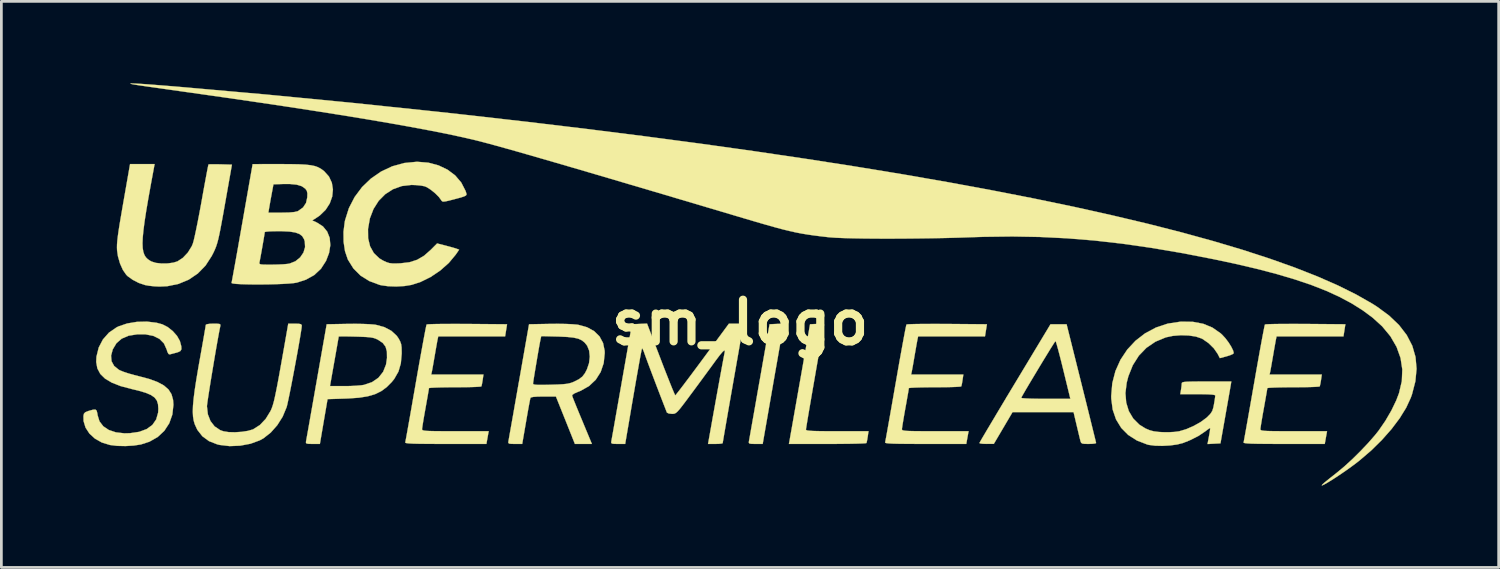
<source format=kicad_pcb>
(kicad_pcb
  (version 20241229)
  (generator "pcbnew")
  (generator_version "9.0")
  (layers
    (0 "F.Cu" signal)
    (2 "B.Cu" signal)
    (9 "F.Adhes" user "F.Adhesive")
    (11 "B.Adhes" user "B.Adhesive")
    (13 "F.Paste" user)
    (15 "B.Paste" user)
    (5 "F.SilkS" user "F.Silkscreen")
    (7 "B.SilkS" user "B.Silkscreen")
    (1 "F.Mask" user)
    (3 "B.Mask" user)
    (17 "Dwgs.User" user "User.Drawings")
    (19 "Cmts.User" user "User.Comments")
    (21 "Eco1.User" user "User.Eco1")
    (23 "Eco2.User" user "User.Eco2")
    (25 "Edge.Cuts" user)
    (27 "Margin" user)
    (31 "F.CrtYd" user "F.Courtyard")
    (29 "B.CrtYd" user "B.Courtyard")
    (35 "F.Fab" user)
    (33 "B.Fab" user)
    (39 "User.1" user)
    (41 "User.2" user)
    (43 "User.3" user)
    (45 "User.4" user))
  (footprint "sm_logo"
    (layer "F.Cu")
    (at 24.042 8.757)
    (property "Reference" "sm_logo" (at 0 0 0) (layer "F.SilkS") (effects (font (size 1.524 1.524) (thickness 0.3))))
    (attr through_hole)
    (fp_poly (pts (xy 1.571 0.053) (xy 1.598 0.076) (xy 1.594 0.114) (xy 1.582 0.17) (xy 1.558 0.301) (xy 1.522 0.498) (xy 1.476 0.755) (xy 1.421 1.062) (xy 1.36 1.412) (xy 1.292 1.796) (xy 1.22 2.206) (xy 1.201 2.318) (xy 0.83 4.445) (xy 0.569 4.445) (xy 0.426 4.443) (xy 0.35 4.432) (xy 0.323 4.405) (xy 0.325 4.355) (xy 0.326 4.35) (xy 0.337 4.29) (xy 0.361 4.156) (xy 0.396 3.955) (xy 0.442 3.695) (xy 0.497 3.386) (xy 0.559 3.035) (xy 0.626 2.65) (xy 0.698 2.241) (xy 0.713 2.159) (xy 1.081 0.064) (xy 1.349 0.051) (xy 1.493 0.046) (xy 1.571 0.053)) (stroke (width 0.01) (type solid)) (fill yes) (layer "F.SilkS"))
    (fp_poly (pts (xy 3.049 0.052) (xy 3.077 0.075) (xy 3.073 0.122) (xy 3.07 0.136) (xy 3.056 0.208) (xy 3.029 0.351) (xy 2.993 0.553) (xy 2.948 0.805) (xy 2.896 1.097) (xy 2.84 1.417) (xy 2.781 1.755) (xy 2.721 2.101) (xy 2.661 2.445) (xy 2.604 2.777) (xy 2.551 3.085) (xy 2.504 3.36) (xy 2.465 3.592) (xy 2.436 3.769) (xy 2.418 3.882) (xy 2.413 3.919) (xy 2.424 3.937) (xy 2.464 3.952) (xy 2.541 3.962) (xy 2.664 3.97) (xy 2.842 3.975) (xy 3.083 3.978) (xy 3.397 3.979) (xy 3.559 3.979) (xy 4.704 3.979) (xy 4.675 4.18) (xy 4.654 4.305) (xy 4.635 4.393) (xy 4.628 4.413) (xy 4.582 4.421) (xy 4.463 4.428) (xy 4.278 4.434) (xy 4.039 4.439) (xy 3.755 4.442) (xy 3.436 4.445) (xy 3.2 4.445) (xy 1.79 4.445) (xy 1.808 4.35) (xy 1.819 4.29) (xy 1.842 4.156) (xy 1.878 3.955) (xy 1.924 3.695) (xy 1.978 3.386) (xy 2.04 3.035) (xy 2.108 2.65) (xy 2.18 2.241) (xy 2.195 2.159) (xy 2.563 0.064) (xy 2.828 0.051) (xy 2.972 0.046) (xy 3.049 0.052)) (stroke (width 0.01) (type solid)) (fill yes) (layer "F.SilkS"))
    (fp_poly (pts (xy 12.495 2.223) (xy 12.598 2.636) (xy 12.695 3.025) (xy 12.783 3.381) (xy 12.861 3.697) (xy 12.927 3.965) (xy 12.98 4.178) (xy 13.016 4.326) (xy 13.034 4.404) (xy 13.036 4.413) (xy 12.999 4.429) (xy 12.899 4.441) (xy 12.764 4.445) (xy 12.616 4.443) (xy 12.531 4.431) (xy 12.488 4.402) (xy 12.465 4.346) (xy 12.461 4.329) (xy 12.439 4.24) (xy 12.403 4.092) (xy 12.359 3.906) (xy 12.321 3.747) (xy 12.211 3.281) (xy 9.977 3.281) (xy 9.292 4.443) (xy 9.028 4.444) (xy 8.891 4.44) (xy 8.796 4.428) (xy 8.764 4.413) (xy 8.786 4.372) (xy 8.847 4.265) (xy 8.945 4.098) (xy 9.075 3.878) (xy 9.234 3.612) (xy 9.417 3.304) (xy 9.621 2.963) (xy 9.744 2.758) (xy 10.294 2.758) (xy 10.33 2.769) (xy 10.439 2.778) (xy 10.608 2.786) (xy 10.826 2.791) (xy 11.081 2.794) (xy 11.187 2.794) (xy 12.094 2.794) (xy 11.836 1.736) (xy 11.766 1.451) (xy 11.7 1.194) (xy 11.643 0.978) (xy 11.597 0.813) (xy 11.565 0.709) (xy 11.551 0.678) (xy 11.525 0.712) (xy 11.462 0.809) (xy 11.37 0.955) (xy 11.255 1.142) (xy 11.124 1.356) (xy 10.983 1.588) (xy 10.84 1.827) (xy 10.7 2.06) (xy 10.57 2.277) (xy 10.458 2.467) (xy 10.37 2.619) (xy 10.313 2.721) (xy 10.294 2.758) (xy 9.744 2.758) (xy 9.842 2.594) (xy 10.066 2.223) (xy 11.367 0.064) (xy 11.956 0.064) (xy 12.495 2.223)) (stroke (width 0.01) (type solid)) (fill yes) (layer "F.SilkS"))
    (fp_poly (pts (xy -13.804 0.052) (xy -13.568 0.062) (xy -13.389 0.076) (xy -13.332 0.084) (xy -13.021 0.169) (xy -12.762 0.306) (xy -12.566 0.488) (xy -12.501 0.582) (xy -12.441 0.693) (xy -12.406 0.793) (xy -12.39 0.913) (xy -12.386 1.079) (xy -12.386 1.143) (xy -12.417 1.495) (xy -12.505 1.797) (xy -12.658 2.064) (xy -12.751 2.18) (xy -12.938 2.368) (xy -13.139 2.515) (xy -13.365 2.625) (xy -13.631 2.702) (xy -13.951 2.753) (xy -14.336 2.78) (xy -14.44 2.784) (xy -15.1 2.805) (xy -15.241 3.625) (xy -15.381 4.445) (xy -15.643 4.445) (xy -15.787 4.443) (xy -15.863 4.432) (xy -15.891 4.406) (xy -15.889 4.356) (xy -15.888 4.35) (xy -15.877 4.29) (xy -15.853 4.156) (xy -15.817 3.955) (xy -15.771 3.695) (xy -15.717 3.386) (xy -15.655 3.035) (xy -15.587 2.65) (xy -15.531 2.328) (xy -15.012 2.328) (xy -14.493 2.328) (xy -14.269 2.325) (xy -14.053 2.314) (xy -13.873 2.299) (xy -13.765 2.283) (xy -13.472 2.183) (xy -13.238 2.023) (xy -13.066 1.806) (xy -12.959 1.537) (xy -12.924 1.297) (xy -12.928 1.061) (xy -12.977 0.884) (xy -13.081 0.747) (xy -13.249 0.634) (xy -13.259 0.628) (xy -13.342 0.59) (xy -13.43 0.562) (xy -13.543 0.543) (xy -13.695 0.53) (xy -13.905 0.521) (xy -14.065 0.516) (xy -14.284 0.511) (xy -14.47 0.508) (xy -14.608 0.509) (xy -14.683 0.512) (xy -14.692 0.514) (xy -14.699 0.558) (xy -14.72 0.674) (xy -14.75 0.848) (xy -14.789 1.068) (xy -14.834 1.323) (xy -14.853 1.429) (xy -15.012 2.328) (xy -15.531 2.328) (xy -15.515 2.241) (xy -15.501 2.159) (xy -15.132 0.064) (xy -14.371 0.05) (xy -14.078 0.048) (xy -13.804 0.052)) (stroke (width 0.01) (type solid)) (fill yes) (layer "F.SilkS"))
    (fp_poly (pts (xy -21.465 -5.62) (xy -21.574 -5.03) (xy -21.666 -4.517) (xy -21.741 -4.076) (xy -21.799 -3.699) (xy -21.84 -3.381) (xy -21.866 -3.117) (xy -21.875 -2.9) (xy -21.868 -2.725) (xy -21.844 -2.585) (xy -21.805 -2.474) (xy -21.751 -2.387) (xy -21.681 -2.318) (xy -21.595 -2.26) (xy -21.545 -2.233) (xy -21.386 -2.183) (xy -21.179 -2.16) (xy -20.954 -2.163) (xy -20.744 -2.192) (xy -20.595 -2.238) (xy -20.396 -2.369) (xy -20.215 -2.561) (xy -20.073 -2.791) (xy -20.034 -2.884) (xy -20.005 -2.982) (xy -19.965 -3.151) (xy -19.916 -3.379) (xy -19.86 -3.654) (xy -19.8 -3.963) (xy -19.738 -4.294) (xy -19.712 -4.44) (xy -19.654 -4.765) (xy -19.6 -5.061) (xy -19.552 -5.32) (xy -19.512 -5.532) (xy -19.482 -5.685) (xy -19.463 -5.771) (xy -19.459 -5.786) (xy -19.412 -5.792) (xy -19.3 -5.794) (xy -19.141 -5.793) (xy -19.022 -5.791) (xy -18.601 -5.779) (xy -18.842 -4.418) (xy -18.913 -4.016) (xy -18.973 -3.687) (xy -19.023 -3.42) (xy -19.066 -3.207) (xy -19.105 -3.036) (xy -19.143 -2.897) (xy -19.181 -2.781) (xy -19.223 -2.676) (xy -19.27 -2.573) (xy -19.327 -2.462) (xy -19.341 -2.434) (xy -19.568 -2.084) (xy -19.851 -1.794) (xy -20.183 -1.569) (xy -20.558 -1.413) (xy -20.968 -1.329) (xy -21.25 -1.316) (xy -21.444 -1.325) (xy -21.64 -1.346) (xy -21.785 -1.372) (xy -22.012 -1.449) (xy -22.233 -1.563) (xy -22.416 -1.694) (xy -22.466 -1.742) (xy -22.592 -1.922) (xy -22.698 -2.159) (xy -22.774 -2.424) (xy -22.806 -2.641) (xy -22.81 -2.74) (xy -22.808 -2.852) (xy -22.798 -2.986) (xy -22.779 -3.153) (xy -22.75 -3.362) (xy -22.709 -3.623) (xy -22.654 -3.946) (xy -22.586 -4.342) (xy -22.58 -4.376) (xy -22.331 -5.8) (xy -21.881 -5.8) (xy -21.432 -5.8) (xy -21.465 -5.62)) (stroke (width 0.01) (type solid)) (fill yes) (layer "F.SilkS"))
    (fp_poly (pts (xy -11.408 -5.851) (xy -11.037 -5.752) (xy -10.708 -5.595) (xy -10.428 -5.385) (xy -10.206 -5.125) (xy -10.05 -4.822) (xy -10.016 -4.72) (xy -10.013 -4.681) (xy -10.037 -4.648) (xy -10.102 -4.616) (xy -10.221 -4.577) (xy -10.408 -4.527) (xy -10.444 -4.517) (xy -10.642 -4.466) (xy -10.773 -4.436) (xy -10.854 -4.426) (xy -10.9 -4.434) (xy -10.927 -4.459) (xy -10.936 -4.475) (xy -11.025 -4.596) (xy -11.16 -4.731) (xy -11.314 -4.856) (xy -11.461 -4.951) (xy -11.541 -4.986) (xy -11.674 -5.012) (xy -11.852 -5.03) (xy -12.028 -5.037) (xy -12.381 -4.996) (xy -12.703 -4.881) (xy -12.988 -4.698) (xy -13.229 -4.455) (xy -13.418 -4.157) (xy -13.551 -3.811) (xy -13.619 -3.424) (xy -13.619 -3.422) (xy -13.615 -3.083) (xy -13.543 -2.789) (xy -13.406 -2.543) (xy -13.206 -2.35) (xy -13.06 -2.263) (xy -12.94 -2.208) (xy -12.838 -2.176) (xy -12.725 -2.162) (xy -12.573 -2.162) (xy -12.435 -2.167) (xy -12.103 -2.206) (xy -11.821 -2.296) (xy -11.566 -2.446) (xy -11.321 -2.662) (xy -11.09 -2.895) (xy -10.784 -2.817) (xy -10.619 -2.773) (xy -10.476 -2.733) (xy -10.383 -2.704) (xy -10.38 -2.703) (xy -10.283 -2.667) (xy -10.41 -2.482) (xy -10.661 -2.181) (xy -10.974 -1.904) (xy -11.327 -1.666) (xy -11.699 -1.483) (xy -12.023 -1.378) (xy -12.289 -1.335) (xy -12.586 -1.318) (xy -12.881 -1.328) (xy -13.138 -1.364) (xy -13.197 -1.378) (xy -13.573 -1.518) (xy -13.893 -1.718) (xy -14.153 -1.978) (xy -14.351 -2.295) (xy -14.361 -2.315) (xy -14.461 -2.61) (xy -14.513 -2.953) (xy -14.517 -3.321) (xy -14.47 -3.692) (xy -14.459 -3.743) (xy -14.319 -4.187) (xy -14.109 -4.594) (xy -13.837 -4.958) (xy -13.512 -5.27) (xy -13.141 -5.526) (xy -12.733 -5.718) (xy -12.295 -5.839) (xy -11.837 -5.884) (xy -11.813 -5.884) (xy -11.408 -5.851)) (stroke (width 0.01) (type solid)) (fill yes) (layer "F.SilkS"))
    (fp_poly (pts (xy -10.266 0.051) (xy -9.988 0.052) (xy -8.529 0.064) (xy -8.6 0.508) (xy -11.047 0.508) (xy -11.068 0.603) (xy -11.084 0.681) (xy -11.109 0.822) (xy -11.142 1.007) (xy -11.176 1.206) (xy -11.212 1.413) (xy -11.244 1.596) (xy -11.269 1.735) (xy -11.284 1.81) (xy -11.305 1.905) (xy -9.393 1.905) (xy -9.422 2.106) (xy -9.443 2.231) (xy -9.462 2.319) (xy -9.469 2.339) (xy -9.515 2.348) (xy -9.633 2.356) (xy -9.812 2.363) (xy -10.038 2.368) (xy -10.299 2.37) (xy -10.438 2.371) (xy -10.711 2.372) (xy -10.954 2.376) (xy -11.154 2.382) (xy -11.299 2.389) (xy -11.377 2.398) (xy -11.388 2.402) (xy -11.395 2.453) (xy -11.415 2.572) (xy -11.445 2.745) (xy -11.483 2.959) (xy -11.514 3.133) (xy -11.556 3.37) (xy -11.593 3.582) (xy -11.62 3.753) (xy -11.637 3.867) (xy -11.641 3.905) (xy -11.636 3.927) (xy -11.615 3.944) (xy -11.57 3.956) (xy -11.49 3.966) (xy -11.367 3.972) (xy -11.192 3.976) (xy -10.956 3.978) (xy -10.65 3.979) (xy -10.421 3.979) (xy -9.201 3.979) (xy -9.243 4.212) (xy -9.285 4.445) (xy -10.78 4.445) (xy -11.19 4.444) (xy -11.522 4.442) (xy -11.783 4.439) (xy -11.98 4.434) (xy -12.118 4.426) (xy -12.206 4.416) (xy -12.249 4.404) (xy -12.256 4.392) (xy -12.246 4.341) (xy -12.222 4.215) (xy -12.187 4.021) (xy -12.142 3.769) (xy -12.088 3.465) (xy -12.027 3.119) (xy -11.961 2.737) (xy -11.889 2.329) (xy -11.871 2.223) (xy -11.799 1.81) (xy -11.73 1.422) (xy -11.666 1.068) (xy -11.609 0.756) (xy -11.56 0.492) (xy -11.521 0.286) (xy -11.492 0.145) (xy -11.476 0.078) (xy -11.474 0.074) (xy -11.427 0.066) (xy -11.304 0.06) (xy -11.117 0.055) (xy -10.875 0.052) (xy -10.588 0.051) (xy -10.266 0.051)) (stroke (width 0.01) (type solid)) (fill yes) (layer "F.SilkS"))
    (fp_poly (pts (xy 7.303 0.051) (xy 7.581 0.052) (xy 9.039 0.064) (xy 8.968 0.508) (xy 6.521 0.508) (xy 6.5 0.603) (xy 6.485 0.681) (xy 6.459 0.822) (xy 6.427 1.007) (xy 6.392 1.206) (xy 6.357 1.413) (xy 6.325 1.596) (xy 6.299 1.735) (xy 6.285 1.81) (xy 6.264 1.905) (xy 8.176 1.905) (xy 8.146 2.106) (xy 8.126 2.231) (xy 8.106 2.319) (xy 8.099 2.339) (xy 8.053 2.348) (xy 7.935 2.356) (xy 7.757 2.363) (xy 7.531 2.368) (xy 7.269 2.37) (xy 7.131 2.371) (xy 6.857 2.372) (xy 6.615 2.376) (xy 6.415 2.382) (xy 6.27 2.389) (xy 6.191 2.398) (xy 6.181 2.402) (xy 6.173 2.453) (xy 6.154 2.572) (xy 6.123 2.745) (xy 6.086 2.959) (xy 6.054 3.133) (xy 6.012 3.37) (xy 5.976 3.582) (xy 5.948 3.753) (xy 5.931 3.867) (xy 5.927 3.905) (xy 5.932 3.927) (xy 5.953 3.944) (xy 5.999 3.956) (xy 6.079 3.966) (xy 6.201 3.972) (xy 6.376 3.976) (xy 6.612 3.978) (xy 6.918 3.979) (xy 7.147 3.979) (xy 8.368 3.979) (xy 8.325 4.212) (xy 8.283 4.445) (xy 6.789 4.445) (xy 6.379 4.444) (xy 6.046 4.442) (xy 5.785 4.439) (xy 5.589 4.434) (xy 5.45 4.426) (xy 5.362 4.416) (xy 5.319 4.404) (xy 5.312 4.392) (xy 5.322 4.341) (xy 5.346 4.215) (xy 5.381 4.021) (xy 5.426 3.769) (xy 5.48 3.465) (xy 5.541 3.119) (xy 5.608 2.737) (xy 5.679 2.329) (xy 5.698 2.223) (xy 5.77 1.81) (xy 5.838 1.422) (xy 5.902 1.068) (xy 5.959 0.756) (xy 6.008 0.492) (xy 6.047 0.286) (xy 6.076 0.145) (xy 6.092 0.078) (xy 6.094 0.074) (xy 6.142 0.066) (xy 6.264 0.06) (xy 6.451 0.055) (xy 6.693 0.052) (xy 6.98 0.051) (xy 7.303 0.051)) (stroke (width 0.01) (type solid)) (fill yes) (layer "F.SilkS"))
    (fp_poly (pts (xy 20.426 0.051) (xy 20.704 0.052) (xy 22.162 0.064) (xy 22.127 0.286) (xy 22.092 0.508) (xy 19.644 0.508) (xy 19.623 0.603) (xy 19.608 0.681) (xy 19.583 0.822) (xy 19.55 1.007) (xy 19.516 1.206) (xy 19.48 1.413) (xy 19.448 1.596) (xy 19.423 1.735) (xy 19.408 1.81) (xy 19.387 1.905) (xy 21.299 1.905) (xy 21.27 2.106) (xy 21.249 2.231) (xy 21.229 2.319) (xy 21.222 2.339) (xy 21.176 2.348) (xy 21.058 2.356) (xy 20.88 2.363) (xy 20.654 2.368) (xy 20.392 2.37) (xy 20.254 2.371) (xy 19.981 2.372) (xy 19.738 2.376) (xy 19.538 2.382) (xy 19.393 2.389) (xy 19.314 2.398) (xy 19.304 2.402) (xy 19.297 2.453) (xy 19.277 2.572) (xy 19.247 2.745) (xy 19.209 2.959) (xy 19.178 3.133) (xy 19.135 3.37) (xy 19.099 3.582) (xy 19.071 3.753) (xy 19.054 3.867) (xy 19.051 3.905) (xy 19.055 3.927) (xy 19.076 3.944) (xy 19.122 3.956) (xy 19.202 3.966) (xy 19.325 3.972) (xy 19.5 3.976) (xy 19.736 3.978) (xy 20.042 3.979) (xy 20.27 3.979) (xy 21.491 3.979) (xy 21.449 4.212) (xy 21.407 4.445) (xy 19.912 4.445) (xy 19.502 4.444) (xy 19.17 4.442) (xy 18.908 4.439) (xy 18.712 4.434) (xy 18.573 4.426) (xy 18.486 4.416) (xy 18.442 4.404) (xy 18.435 4.392) (xy 18.446 4.341) (xy 18.469 4.215) (xy 18.504 4.021) (xy 18.549 3.769) (xy 18.603 3.465) (xy 18.664 3.119) (xy 18.731 2.737) (xy 18.802 2.329) (xy 18.821 2.223) (xy 18.893 1.81) (xy 18.962 1.422) (xy 19.025 1.068) (xy 19.082 0.756) (xy 19.131 0.492) (xy 19.171 0.286) (xy 19.199 0.145) (xy 19.215 0.078) (xy 19.217 0.074) (xy 19.265 0.066) (xy 19.387 0.06) (xy 19.574 0.055) (xy 19.817 0.052) (xy 20.104 0.051) (xy 20.426 0.051)) (stroke (width 0.01) (type solid)) (fill yes) (layer "F.SilkS"))
    (fp_poly (pts (xy -16.15 0.046) (xy -16.075 0.062) (xy -16.047 0.095) (xy -16.044 0.116) (xy -16.052 0.198) (xy -16.075 0.349) (xy -16.109 0.559) (xy -16.153 0.814) (xy -16.204 1.102) (xy -16.261 1.411) (xy -16.32 1.728) (xy -16.379 2.041) (xy -16.436 2.336) (xy -16.489 2.602) (xy -16.536 2.827) (xy -16.573 2.997) (xy -16.599 3.1) (xy -16.601 3.104) (xy -16.743 3.445) (xy -16.941 3.759) (xy -17.18 4.029) (xy -17.448 4.24) (xy -17.583 4.314) (xy -17.922 4.438) (xy -18.299 4.509) (xy -18.684 4.525) (xy -19.049 4.482) (xy -19.135 4.462) (xy -19.44 4.343) (xy -19.684 4.164) (xy -19.869 3.927) (xy -19.963 3.722) (xy -20.001 3.592) (xy -20.025 3.441) (xy -20.034 3.262) (xy -20.027 3.047) (xy -20.003 2.786) (xy -19.963 2.471) (xy -19.905 2.094) (xy -19.83 1.647) (xy -19.795 1.45) (xy -19.737 1.125) (xy -19.684 0.826) (xy -19.638 0.565) (xy -19.601 0.349) (xy -19.574 0.192) (xy -19.56 0.102) (xy -19.558 0.085) (xy -19.519 0.063) (xy -19.416 0.047) (xy -19.282 0.042) (xy -19.134 0.044) (xy -19.054 0.054) (xy -19.023 0.078) (xy -19.025 0.123) (xy -19.028 0.138) (xy -19.053 0.255) (xy -19.087 0.437) (xy -19.129 0.669) (xy -19.177 0.94) (xy -19.228 1.237) (xy -19.28 1.548) (xy -19.332 1.86) (xy -19.382 2.162) (xy -19.426 2.44) (xy -19.464 2.683) (xy -19.493 2.877) (xy -19.511 3.011) (xy -19.516 3.068) (xy -19.483 3.359) (xy -19.387 3.607) (xy -19.235 3.803) (xy -19.033 3.939) (xy -18.913 3.982) (xy -18.725 4.012) (xy -18.492 4.018) (xy -18.245 4.002) (xy -18.017 3.967) (xy -17.837 3.915) (xy -17.822 3.908) (xy -17.578 3.753) (xy -17.363 3.526) (xy -17.189 3.242) (xy -17.186 3.236) (xy -17.154 3.165) (xy -17.124 3.086) (xy -17.094 2.991) (xy -17.062 2.874) (xy -17.028 2.726) (xy -16.989 2.54) (xy -16.943 2.309) (xy -16.89 2.026) (xy -16.828 1.682) (xy -16.755 1.271) (xy -16.669 0.784) (xy -16.656 0.709) (xy -16.539 0.042) (xy -16.291 0.042) (xy -16.15 0.046)) (stroke (width 0.01) (type solid)) (fill yes) (layer "F.SilkS"))
    (fp_poly (pts (xy -21.361 0.009) (xy -21.147 0.067) (xy -20.952 0.167) (xy -20.766 0.315) (xy -20.611 0.49) (xy -20.51 0.67) (xy -20.499 0.703) (xy -20.455 0.871) (xy -20.45 0.979) (xy -20.489 1.045) (xy -20.577 1.087) (xy -20.627 1.102) (xy -20.754 1.135) (xy -20.852 1.161) (xy -20.872 1.167) (xy -20.921 1.153) (xy -20.964 1.074) (xy -20.99 0.988) (xy -21.089 0.767) (xy -21.252 0.601) (xy -21.477 0.49) (xy -21.763 0.434) (xy -22.071 0.433) (xy -22.384 0.483) (xy -22.636 0.591) (xy -22.828 0.756) (xy -22.963 0.982) (xy -22.964 0.983) (xy -23.026 1.215) (xy -23.008 1.418) (xy -22.913 1.591) (xy -22.741 1.73) (xy -22.7 1.751) (xy -22.576 1.802) (xy -22.396 1.862) (xy -22.185 1.922) (xy -22.013 1.965) (xy -21.63 2.067) (xy -21.325 2.179) (xy -21.091 2.306) (xy -20.922 2.454) (xy -20.813 2.627) (xy -20.756 2.832) (xy -20.743 3.012) (xy -20.782 3.368) (xy -20.895 3.688) (xy -21.076 3.965) (xy -21.321 4.193) (xy -21.623 4.364) (xy -21.931 4.464) (xy -22.197 4.505) (xy -22.501 4.523) (xy -22.805 4.516) (xy -23.068 4.484) (xy -23.07 4.483) (xy -23.364 4.393) (xy -23.617 4.25) (xy -23.818 4.066) (xy -23.96 3.848) (xy -24.033 3.609) (xy -24.037 3.42) (xy -24.018 3.336) (xy -23.968 3.284) (xy -23.862 3.242) (xy -23.834 3.233) (xy -23.686 3.192) (xy -23.599 3.187) (xy -23.553 3.228) (xy -23.529 3.325) (xy -23.519 3.394) (xy -23.45 3.617) (xy -23.312 3.798) (xy -23.11 3.934) (xy -22.85 4.021) (xy -22.538 4.057) (xy -22.333 4.052) (xy -21.994 4.002) (xy -21.72 3.9) (xy -21.513 3.749) (xy -21.374 3.548) (xy -21.303 3.299) (xy -21.295 3.162) (xy -21.307 2.993) (xy -21.35 2.856) (xy -21.435 2.744) (xy -21.571 2.651) (xy -21.765 2.57) (xy -22.028 2.493) (xy -22.267 2.436) (xy -22.672 2.329) (xy -22.996 2.203) (xy -23.245 2.055) (xy -23.421 1.882) (xy -23.528 1.68) (xy -23.57 1.447) (xy -23.561 1.251) (xy -23.478 0.916) (xy -23.324 0.62) (xy -23.104 0.371) (xy -22.825 0.178) (xy -22.752 0.142) (xy -22.436 0.035) (xy -22.08 -0.024) (xy -21.712 -0.033) (xy -21.361 0.009)) (stroke (width 0.01) (type solid)) (fill yes) (layer "F.SilkS"))
    (fp_poly (pts (xy -6.381 0.052) (xy -6.142 0.063) (xy -5.964 0.078) (xy -5.919 0.085) (xy -5.599 0.174) (xy -5.339 0.317) (xy -5.143 0.51) (xy -5.014 0.75) (xy -4.956 1.033) (xy -4.953 1.119) (xy -4.991 1.486) (xy -5.101 1.812) (xy -5.281 2.094) (xy -5.526 2.325) (xy -5.834 2.5) (xy -5.941 2.542) (xy -6.069 2.599) (xy -6.139 2.651) (xy -6.147 2.676) (xy -6.138 2.705) (xy -6.12 2.756) (xy -6.088 2.837) (xy -6.04 2.956) (xy -5.973 3.121) (xy -5.882 3.342) (xy -5.764 3.625) (xy -5.648 3.905) (xy -5.423 4.445) (xy -6.045 4.445) (xy -6.392 3.577) (xy -6.74 2.709) (xy -7.197 2.709) (xy -7.422 2.713) (xy -7.571 2.724) (xy -7.652 2.744) (xy -7.673 2.762) (xy -7.686 2.819) (xy -7.711 2.945) (xy -7.745 3.127) (xy -7.785 3.352) (xy -7.829 3.605) (xy -7.833 3.63) (xy -7.974 4.445) (xy -8.235 4.445) (xy -8.378 4.443) (xy -8.455 4.432) (xy -8.483 4.405) (xy -8.48 4.356) (xy -8.479 4.35) (xy -8.468 4.29) (xy -8.445 4.156) (xy -8.409 3.955) (xy -8.363 3.695) (xy -8.308 3.386) (xy -8.247 3.035) (xy -8.179 2.65) (xy -8.107 2.241) (xy -8.106 2.236) (xy -7.578 2.236) (xy -7.564 2.259) (xy -7.515 2.274) (xy -7.42 2.282) (xy -7.268 2.284) (xy -7.047 2.281) (xy -6.932 2.278) (xy -6.672 2.27) (xy -6.479 2.259) (xy -6.336 2.244) (xy -6.226 2.221) (xy -6.131 2.19) (xy -6.076 2.166) (xy -5.896 2.075) (xy -5.772 1.98) (xy -5.678 1.857) (xy -5.604 1.714) (xy -5.527 1.486) (xy -5.5 1.25) (xy -5.523 1.03) (xy -5.595 0.852) (xy -5.599 0.846) (xy -5.687 0.735) (xy -5.791 0.652) (xy -5.922 0.592) (xy -6.095 0.553) (xy -6.324 0.529) (xy -6.622 0.515) (xy -6.655 0.514) (xy -7.277 0.499) (xy -7.3 0.599) (xy -7.318 0.688) (xy -7.346 0.837) (xy -7.38 1.03) (xy -7.418 1.25) (xy -7.457 1.482) (xy -7.495 1.708) (xy -7.529 1.913) (xy -7.556 2.081) (xy -7.573 2.195) (xy -7.578 2.236) (xy -8.106 2.236) (xy -8.092 2.159) (xy -7.724 0.064) (xy -6.963 0.05) (xy -6.66 0.048) (xy -6.381 0.052)) (stroke (width 0.01) (type solid)) (fill yes) (layer "F.SilkS"))
    (fp_poly (pts (xy -2.9 1.353) (xy -2.78 1.667) (xy -2.667 1.953) (xy -2.568 2.204) (xy -2.485 2.41) (xy -2.421 2.561) (xy -2.382 2.648) (xy -2.37 2.667) (xy -2.34 2.634) (xy -2.266 2.54) (xy -2.152 2.393) (xy -2.005 2.199) (xy -1.83 1.967) (xy -1.634 1.704) (xy -1.42 1.416) (xy -1.375 1.355) (xy -0.406 0.042) (xy 0.134 0.042) (xy 0.11 0.159) (xy 0.097 0.23) (xy 0.071 0.372) (xy 0.035 0.574) (xy -0.01 0.828) (xy -0.062 1.124) (xy -0.12 1.452) (xy -0.181 1.802) (xy -0.245 2.164) (xy -0.309 2.53) (xy -0.372 2.89) (xy -0.432 3.233) (xy -0.487 3.551) (xy -0.536 3.834) (xy -0.577 4.071) (xy -0.608 4.254) (xy -0.628 4.372) (xy -0.635 4.417) (xy -0.674 4.431) (xy -0.774 4.442) (xy -0.903 4.445) (xy -1.171 4.445) (xy -1.071 3.884) (xy -1.005 3.512) (xy -0.937 3.134) (xy -0.87 2.761) (xy -0.805 2.403) (xy -0.744 2.068) (xy -0.689 1.769) (xy -0.642 1.513) (xy -0.604 1.311) (xy -0.578 1.174) (xy -0.565 1.111) (xy -0.555 1.037) (xy -0.58 1.024) (xy -0.641 1.077) (xy -0.742 1.196) (xy -0.884 1.384) (xy -0.932 1.45) (xy -1.058 1.623) (xy -1.221 1.845) (xy -1.405 2.096) (xy -1.598 2.358) (xy -1.784 2.609) (xy -1.788 2.614) (xy -1.966 2.854) (xy -2.103 3.035) (xy -2.205 3.165) (xy -2.282 3.252) (xy -2.341 3.305) (xy -2.39 3.333) (xy -2.439 3.343) (xy -2.494 3.344) (xy -2.606 3.332) (xy -2.673 3.3) (xy -2.679 3.291) (xy -2.768 3.062) (xy -2.87 2.799) (xy -2.978 2.518) (xy -3.088 2.231) (xy -3.194 1.951) (xy -3.292 1.692) (xy -3.376 1.468) (xy -3.441 1.291) (xy -3.483 1.175) (xy -3.491 1.151) (xy -3.534 1.033) (xy -3.57 0.96) (xy -3.587 0.948) (xy -3.598 0.984) (xy -3.618 1.08) (xy -3.649 1.239) (xy -3.69 1.465) (xy -3.742 1.76) (xy -3.807 2.125) (xy -3.883 2.565) (xy -3.972 3.082) (xy -4.073 3.678) (xy -4.134 4.032) (xy -4.204 4.445) (xy -4.467 4.445) (xy -4.61 4.443) (xy -4.687 4.432) (xy -4.715 4.406) (xy -4.713 4.356) (xy -4.712 4.35) (xy -4.701 4.29) (xy -4.677 4.156) (xy -4.641 3.955) (xy -4.595 3.695) (xy -4.541 3.386) (xy -4.479 3.035) (xy -4.411 2.65) (xy -4.339 2.241) (xy -4.325 2.159) (xy -3.956 0.064) (xy -3.68 0.051) (xy -3.404 0.039) (xy -2.9 1.353)) (stroke (width 0.01) (type solid)) (fill yes) (layer "F.SilkS"))
    (fp_poly (pts (xy -16.45 -5.798) (xy -16.149 -5.792) (xy -15.91 -5.78) (xy -15.721 -5.759) (xy -15.572 -5.729) (xy -15.451 -5.686) (xy -15.347 -5.63) (xy -15.248 -5.559) (xy -15.224 -5.539) (xy -15.049 -5.344) (xy -14.943 -5.116) (xy -14.904 -4.867) (xy -14.93 -4.611) (xy -15.02 -4.359) (xy -15.171 -4.125) (xy -15.381 -3.921) (xy -15.48 -3.852) (xy -15.661 -3.737) (xy -15.491 -3.66) (xy -15.27 -3.519) (xy -15.114 -3.329) (xy -15.022 -3.097) (xy -14.999 -2.833) (xy -15.045 -2.546) (xy -15.156 -2.256) (xy -15.341 -1.969) (xy -15.585 -1.74) (xy -15.89 -1.569) (xy -16.223 -1.461) (xy -16.343 -1.442) (xy -16.519 -1.426) (xy -16.74 -1.413) (xy -16.991 -1.403) (xy -17.261 -1.396) (xy -17.537 -1.393) (xy -17.807 -1.393) (xy -18.057 -1.397) (xy -18.276 -1.404) (xy -18.451 -1.414) (xy -18.568 -1.428) (xy -18.616 -1.446) (xy -18.616 -1.45) (xy -18.605 -1.501) (xy -18.581 -1.627) (xy -18.546 -1.821) (xy -18.5 -2.073) (xy -18.482 -2.171) (xy -17.598 -2.171) (xy -17.585 -2.144) (xy -17.541 -2.128) (xy -17.45 -2.12) (xy -17.3 -2.118) (xy -17.135 -2.118) (xy -16.924 -2.122) (xy -16.726 -2.131) (xy -16.569 -2.145) (xy -16.492 -2.157) (xy -16.277 -2.243) (xy -16.104 -2.383) (xy -15.983 -2.56) (xy -15.923 -2.76) (xy -15.934 -2.967) (xy -15.962 -3.053) (xy -16.028 -3.162) (xy -16.131 -3.242) (xy -16.282 -3.296) (xy -16.492 -3.329) (xy -16.77 -3.342) (xy -16.88 -3.343) (xy -17.079 -3.341) (xy -17.242 -3.335) (xy -17.354 -3.324) (xy -17.399 -3.312) (xy -17.399 -3.311) (xy -17.406 -3.259) (xy -17.425 -3.142) (xy -17.452 -2.982) (xy -17.484 -2.798) (xy -17.517 -2.609) (xy -17.549 -2.434) (xy -17.575 -2.295) (xy -17.591 -2.212) (xy -17.598 -2.171) (xy -18.482 -2.171) (xy -18.445 -2.378) (xy -18.383 -2.725) (xy -18.316 -3.108) (xy -18.244 -3.517) (xy -18.22 -3.651) (xy -18.155 -4.022) (xy -17.267 -4.022) (xy -16.78 -4.022) (xy -16.513 -4.027) (xy -16.322 -4.044) (xy -16.2 -4.072) (xy -16.18 -4.081) (xy -15.998 -4.211) (xy -15.888 -4.378) (xy -15.843 -4.582) (xy -15.839 -4.727) (xy -15.859 -4.821) (xy -15.912 -4.896) (xy -15.914 -4.898) (xy -16.044 -4.99) (xy -16.234 -5.047) (xy -16.49 -5.072) (xy -16.711 -5.071) (xy -17.081 -5.059) (xy -17.148 -4.699) (xy -17.183 -4.511) (xy -17.214 -4.335) (xy -17.237 -4.203) (xy -17.241 -4.18) (xy -17.267 -4.022) (xy -18.155 -4.022) (xy -17.843 -5.799) (xy -16.825 -5.8) (xy -16.45 -5.798)) (stroke (width 0.01) (type solid)) (fill yes) (layer "F.SilkS"))
    (fp_poly (pts (xy 16.579 -0.025) (xy 16.959 0.047) (xy 17.295 0.186) (xy 17.594 0.395) (xy 17.651 0.447) (xy 17.768 0.574) (xy 17.884 0.727) (xy 17.983 0.885) (xy 18.052 1.025) (xy 18.076 1.121) (xy 18.039 1.155) (xy 17.941 1.198) (xy 17.821 1.236) (xy 17.566 1.304) (xy 17.487 1.149) (xy 17.346 0.945) (xy 17.152 0.754) (xy 16.934 0.604) (xy 16.895 0.584) (xy 16.686 0.514) (xy 16.424 0.475) (xy 16.136 0.466) (xy 15.849 0.489) (xy 15.588 0.544) (xy 15.586 0.545) (xy 15.208 0.702) (xy 14.878 0.927) (xy 14.601 1.214) (xy 14.38 1.562) (xy 14.218 1.966) (xy 14.155 2.209) (xy 14.11 2.583) (xy 14.138 2.931) (xy 14.234 3.244) (xy 14.396 3.516) (xy 14.62 3.74) (xy 14.846 3.88) (xy 14.996 3.943) (xy 15.145 3.983) (xy 15.328 4.006) (xy 15.465 4.014) (xy 15.682 4.017) (xy 15.895 4.006) (xy 16.067 3.984) (xy 16.082 3.981) (xy 16.339 3.904) (xy 16.611 3.785) (xy 16.867 3.641) (xy 17.077 3.487) (xy 17.114 3.453) (xy 17.223 3.339) (xy 17.289 3.237) (xy 17.329 3.11) (xy 17.351 2.997) (xy 17.376 2.849) (xy 17.393 2.731) (xy 17.399 2.674) (xy 17.371 2.653) (xy 17.281 2.639) (xy 17.124 2.629) (xy 16.891 2.625) (xy 16.758 2.625) (xy 16.118 2.625) (xy 16.144 2.466) (xy 16.162 2.341) (xy 16.171 2.242) (xy 16.171 2.233) (xy 16.177 2.209) (xy 16.201 2.19) (xy 16.254 2.177) (xy 16.346 2.168) (xy 16.488 2.163) (xy 16.689 2.16) (xy 16.962 2.159) (xy 17.079 2.159) (xy 17.986 2.159) (xy 17.964 2.297) (xy 17.95 2.377) (xy 17.924 2.526) (xy 17.888 2.732) (xy 17.844 2.981) (xy 17.795 3.258) (xy 17.765 3.429) (xy 17.589 4.424) (xy 17.352 4.436) (xy 17.115 4.449) (xy 17.169 4.161) (xy 17.195 4.017) (xy 17.21 3.91) (xy 17.212 3.863) (xy 17.212 3.863) (xy 17.175 3.88) (xy 17.095 3.937) (xy 17.035 3.983) (xy 16.781 4.154) (xy 16.468 4.311) (xy 16.215 4.412) (xy 16.002 4.466) (xy 15.741 4.501) (xy 15.462 4.516) (xy 15.195 4.51) (xy 14.969 4.481) (xy 14.911 4.467) (xy 14.532 4.321) (xy 14.212 4.117) (xy 13.956 3.858) (xy 13.766 3.548) (xy 13.643 3.189) (xy 13.591 2.785) (xy 13.589 2.691) (xy 13.629 2.22) (xy 13.744 1.776) (xy 13.929 1.364) (xy 14.176 0.992) (xy 14.479 0.667) (xy 14.831 0.395) (xy 15.227 0.184) (xy 15.66 0.04) (xy 16.123 -0.03) (xy 16.15 -0.032) (xy 16.579 -0.025)) (stroke (width 0.01) (type solid)) (fill yes) (layer "F.SilkS"))
    (fp_poly (pts (xy -22.124 -8.748) (xy -21.908 -8.735) (xy -21.611 -8.714) (xy -21.233 -8.685) (xy -20.772 -8.648) (xy -20.369 -8.614) (xy -17.341 -8.346) (xy -14.256 -8.048) (xy -11.133 -7.722) (xy -10.012 -7.599) (xy -7.774 -7.345) (xy -5.604 -7.085) (xy -3.501 -6.82) (xy -1.466 -6.55) (xy 0.5 -6.275) (xy 2.395 -5.995) (xy 4.22 -5.711) (xy 5.974 -5.423) (xy 7.655 -5.13) (xy 9.263 -4.833) (xy 10.796 -4.533) (xy 12.256 -4.229) (xy 13.639 -3.921) (xy 14.946 -3.611) (xy 16.176 -3.297) (xy 17.328 -2.98) (xy 18.402 -2.66) (xy 19.395 -2.337) (xy 20.309 -2.012) (xy 21.141 -1.685) (xy 21.891 -1.356) (xy 22.558 -1.025) (xy 23.142 -0.692) (xy 23.314 -0.583) (xy 23.761 -0.255) (xy 24.126 0.093) (xy 24.409 0.461) (xy 24.611 0.851) (xy 24.73 1.262) (xy 24.768 1.695) (xy 24.725 2.151) (xy 24.601 2.63) (xy 24.556 2.756) (xy 24.388 3.119) (xy 24.15 3.504) (xy 23.852 3.9) (xy 23.502 4.296) (xy 23.109 4.683) (xy 22.682 5.049) (xy 22.56 5.144) (xy 22.381 5.278) (xy 22.192 5.413) (xy 22.002 5.544) (xy 21.819 5.666) (xy 21.651 5.774) (xy 21.507 5.862) (xy 21.394 5.926) (xy 21.321 5.961) (xy 21.296 5.962) (xy 21.326 5.923) (xy 21.382 5.872) (xy 21.462 5.807) (xy 21.588 5.705) (xy 21.742 5.584) (xy 21.844 5.503) (xy 22.12 5.274) (xy 22.418 5.002) (xy 22.718 4.705) (xy 23.002 4.405) (xy 23.25 4.121) (xy 23.381 3.956) (xy 23.626 3.6) (xy 23.845 3.224) (xy 24.024 2.853) (xy 24.127 2.582) (xy 24.229 2.146) (xy 24.246 1.717) (xy 24.182 1.299) (xy 24.037 0.894) (xy 23.812 0.506) (xy 23.509 0.14) (xy 23.158 -0.179) (xy 22.794 -0.448) (xy 22.393 -0.7) (xy 21.95 -0.937) (xy 21.46 -1.161) (xy 20.917 -1.374) (xy 20.316 -1.577) (xy 19.651 -1.774) (xy 18.917 -1.966) (xy 18.108 -2.155) (xy 17.314 -2.323) (xy 16.15 -2.548) (xy 15.047 -2.735) (xy 13.991 -2.886) (xy 12.969 -3.002) (xy 11.967 -3.083) (xy 10.97 -3.132) (xy 9.966 -3.15) (xy 8.94 -3.137) (xy 8.488 -3.123) (xy 8.015 -3.107) (xy 7.518 -3.094) (xy 7.005 -3.084) (xy 6.486 -3.077) (xy 5.971 -3.072) (xy 5.47 -3.07) (xy 4.992 -3.071) (xy 4.548 -3.075) (xy 4.146 -3.082) (xy 3.796 -3.091) (xy 3.508 -3.103) (xy 3.292 -3.118) (xy 3.239 -3.123) (xy 2.954 -3.156) (xy 2.702 -3.188) (xy 2.472 -3.221) (xy 2.254 -3.257) (xy 2.037 -3.299) (xy 1.81 -3.35) (xy 1.561 -3.411) (xy 1.281 -3.486) (xy 0.958 -3.577) (xy 0.582 -3.686) (xy 0.141 -3.816) (xy -0.127 -3.896) (xy -1.211 -4.218) (xy -2.217 -4.517) (xy -3.147 -4.793) (xy -4.005 -5.046) (xy -4.792 -5.279) (xy -5.513 -5.491) (xy -6.168 -5.683) (xy -6.762 -5.856) (xy -7.297 -6.011) (xy -7.776 -6.149) (xy -8.201 -6.271) (xy -8.576 -6.376) (xy -8.902 -6.467) (xy -9.183 -6.544) (xy -9.422 -6.607) (xy -9.621 -6.658) (xy -9.672 -6.671) (xy -10.15 -6.782) (xy -10.709 -6.902) (xy -11.347 -7.028) (xy -12.061 -7.162) (xy -12.848 -7.302) (xy -13.705 -7.448) (xy -14.629 -7.599) (xy -15.618 -7.755) (xy -16.669 -7.916) (xy -17.779 -8.081) (xy -18.945 -8.25) (xy -19.262 -8.295) (xy -19.676 -8.354) (xy -20.093 -8.413) (xy -20.499 -8.47) (xy -20.88 -8.524) (xy -21.222 -8.573) (xy -21.511 -8.614) (xy -21.734 -8.645) (xy -21.78 -8.652) (xy -22.028 -8.688) (xy -22.201 -8.716) (xy -22.298 -8.736) (xy -22.318 -8.748) (xy -22.261 -8.752) (xy -22.124 -8.748)) (stroke (width 0.01) (type solid)) (fill yes) (layer "F.SilkS")))
  (gr_rect
    (start -3 -3)
    (end 51.816 17.724)
    (stroke (width 0.1) (type default))
    (fill no)
    (layer "Edge.Cuts")))
</source>
